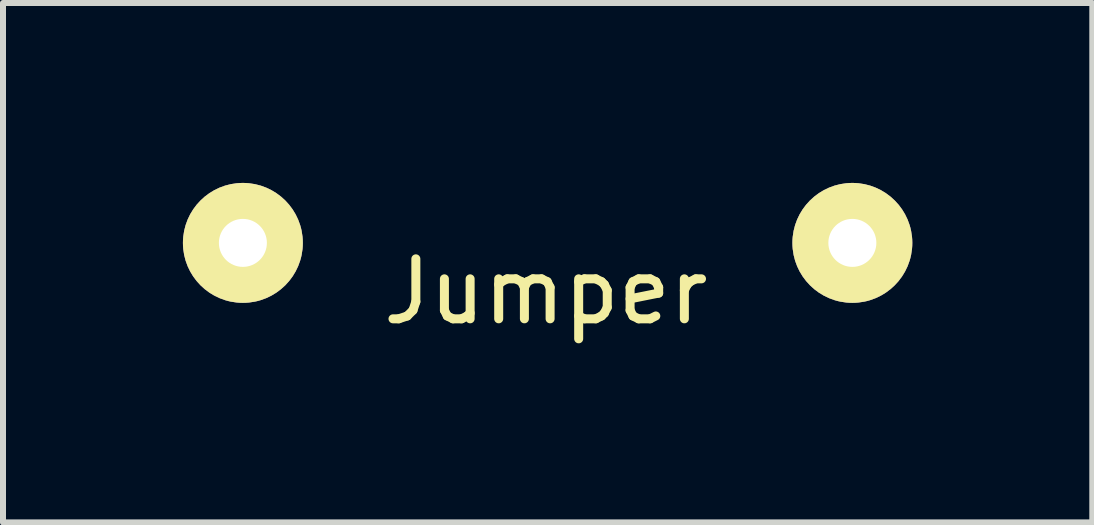
<source format=kicad_pcb>
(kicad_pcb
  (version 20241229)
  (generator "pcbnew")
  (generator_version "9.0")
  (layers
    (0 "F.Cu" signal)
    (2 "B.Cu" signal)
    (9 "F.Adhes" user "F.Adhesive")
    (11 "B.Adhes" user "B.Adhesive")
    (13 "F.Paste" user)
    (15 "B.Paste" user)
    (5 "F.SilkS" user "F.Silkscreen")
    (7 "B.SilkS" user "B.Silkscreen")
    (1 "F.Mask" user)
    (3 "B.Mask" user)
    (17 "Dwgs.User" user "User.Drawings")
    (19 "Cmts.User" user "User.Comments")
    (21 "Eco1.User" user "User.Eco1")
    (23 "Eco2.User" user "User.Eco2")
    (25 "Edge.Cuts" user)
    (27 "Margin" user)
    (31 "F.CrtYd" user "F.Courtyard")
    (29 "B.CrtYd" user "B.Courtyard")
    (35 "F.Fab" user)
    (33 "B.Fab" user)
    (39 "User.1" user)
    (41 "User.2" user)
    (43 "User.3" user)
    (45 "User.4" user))
  (footprint "Jumper"
    (layer "F.Cu")
    (at 0.999 0.999)
    (property "Reference" "Jumper" (at 5.05 0.811 0) (layer "F.SilkS") (effects (font (size 1 1) (thickness 0.15))))
    (attr through_hole)
    (pad "1" thru_hole circle (at 0 0) (size 1.999 1.999) (drill 0.8) (layers "*.Cu" "*.Mask" "F.SilkS"))
    (pad "2" thru_hole circle (at 10.16 0) (size 1.999 1.999) (drill 0.8) (layers "*.Cu" "*.Mask" "F.SilkS")))
  (gr_rect
    (start -3 -3)
    (end 15.159 5.659)
    (stroke (width 0.1) (type default))
    (fill no)
    (layer "Edge.Cuts")))
</source>
